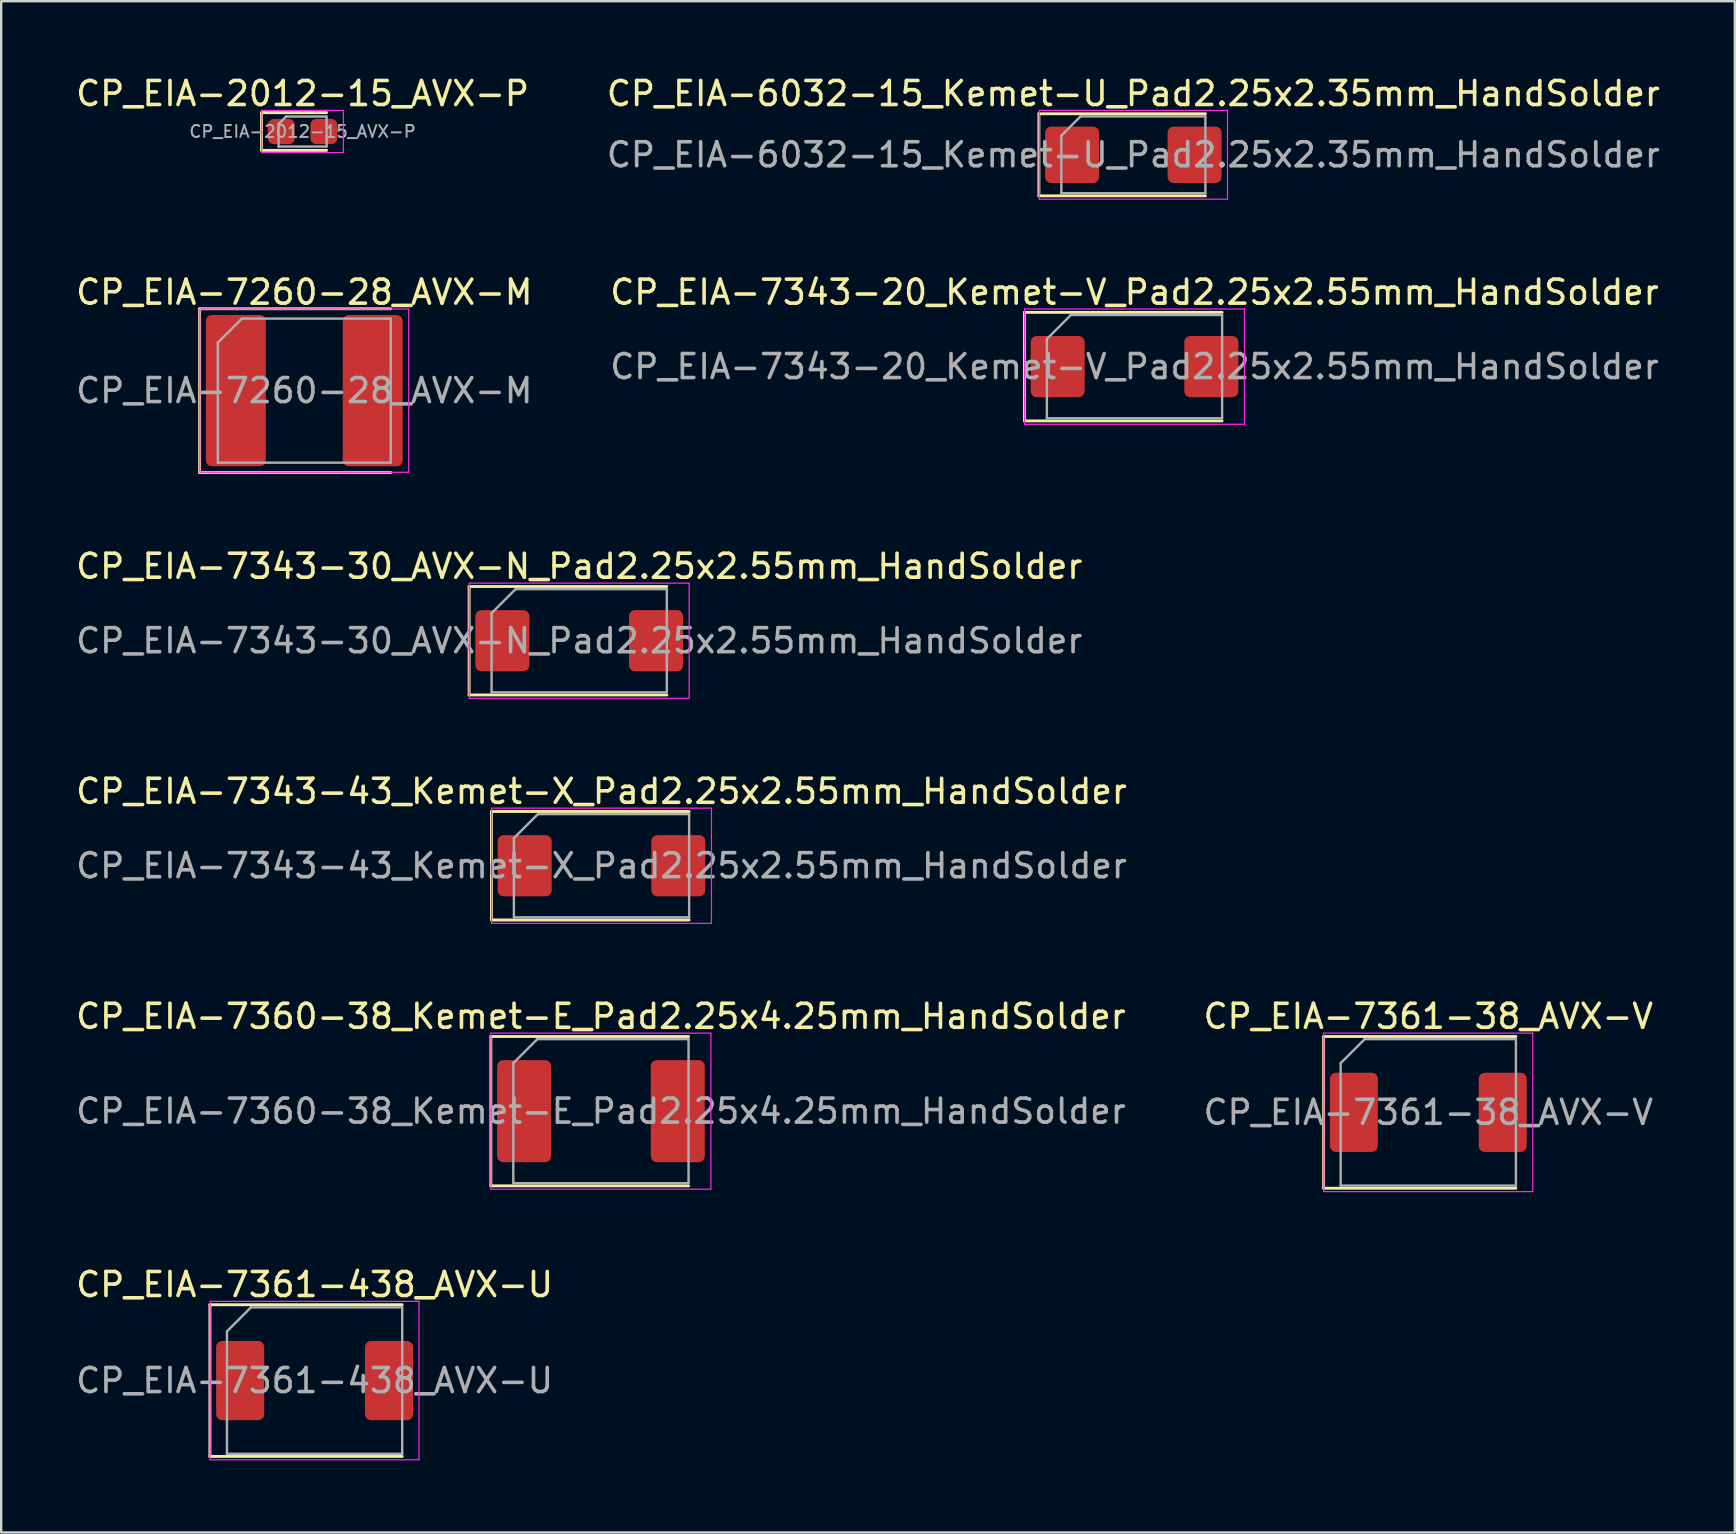
<source format=kicad_pcb>
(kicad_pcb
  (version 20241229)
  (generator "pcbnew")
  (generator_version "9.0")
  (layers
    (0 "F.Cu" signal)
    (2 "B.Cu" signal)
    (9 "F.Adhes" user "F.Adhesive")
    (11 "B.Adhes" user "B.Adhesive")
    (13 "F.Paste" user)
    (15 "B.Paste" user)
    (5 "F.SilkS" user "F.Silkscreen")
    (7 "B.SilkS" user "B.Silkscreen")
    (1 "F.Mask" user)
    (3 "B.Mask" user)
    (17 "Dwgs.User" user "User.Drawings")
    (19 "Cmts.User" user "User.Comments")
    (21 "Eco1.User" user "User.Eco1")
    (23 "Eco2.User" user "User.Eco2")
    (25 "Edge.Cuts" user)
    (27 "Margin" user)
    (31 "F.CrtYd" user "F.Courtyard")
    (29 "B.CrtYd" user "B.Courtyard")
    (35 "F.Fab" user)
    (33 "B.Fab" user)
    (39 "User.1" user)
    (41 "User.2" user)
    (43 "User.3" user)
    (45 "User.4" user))
  (footprint "CP_EIA-7343-43_Kemet-X_Pad2.25x2.55mm_HandSolder"
    (layer "F.Cu")
    (at 22.006 33.013)
    (property "Reference" "CP_EIA-7343-43_Kemet-X_Pad2.25x2.55mm_HandSolder" (at 0 -3.1 0) (layer "F.SilkS") (effects (font (size 1 1) (thickness 0.15))))
    (attr smd)
    (fp_line (start -4.585 -2.26) (end -4.585 2.26) (stroke (width 0.12) (type solid)) (layer "F.SilkS"))
    (fp_line (start -4.585 2.26) (end 3.65 2.26) (stroke (width 0.12) (type solid)) (layer "F.SilkS"))
    (fp_line (start 3.65 -2.26) (end -4.585 -2.26) (stroke (width 0.12) (type solid)) (layer "F.SilkS"))
    (fp_line (start -4.58 -2.4) (end 4.58 -2.4) (stroke (width 0.05) (type solid)) (layer "F.CrtYd"))
    (fp_line (start -4.58 2.4) (end -4.58 -2.4) (stroke (width 0.05) (type solid)) (layer "F.CrtYd"))
    (fp_line (start 4.58 -2.4) (end 4.58 2.4) (stroke (width 0.05) (type solid)) (layer "F.CrtYd"))
    (fp_line (start 4.58 2.4) (end -4.58 2.4) (stroke (width 0.05) (type solid)) (layer "F.CrtYd"))
    (fp_line (start -3.65 -1.15) (end -3.65 2.15) (stroke (width 0.1) (type solid)) (layer "F.Fab"))
    (fp_line (start -3.65 2.15) (end 3.65 2.15) (stroke (width 0.1) (type solid)) (layer "F.Fab"))
    (fp_line (start -2.65 -2.15) (end -3.65 -1.15) (stroke (width 0.1) (type solid)) (layer "F.Fab"))
    (fp_line (start 3.65 -2.15) (end -2.65 -2.15) (stroke (width 0.1) (type solid)) (layer "F.Fab"))
    (fp_line (start 3.65 2.15) (end 3.65 -2.15) (stroke (width 0.1) (type solid)) (layer "F.Fab"))
    (fp_text user "${REFERENCE}" (at 0 0 0) (layer "F.Fab") (effects (font (size 1 1) (thickness 0.15))))
    (pad "1" smd roundrect (at -3.2 0) (size 2.25 2.55) (layers "F.Cu" "F.Mask" "F.Paste") (roundrect_rratio 0.111))
    (pad "2" smd roundrect (at 3.2 0) (size 2.25 2.55) (layers "F.Cu" "F.Mask" "F.Paste") (roundrect_rratio 0.111)))
  (footprint "CP_EIA-7343-20_Kemet-V_Pad2.25x2.55mm_HandSolder"
    (layer "F.Cu")
    (at 44.208 12.222)
    (property "Reference" "CP_EIA-7343-20_Kemet-V_Pad2.25x2.55mm_HandSolder" (at 0 -3.1 0) (layer "F.SilkS") (effects (font (size 1 1) (thickness 0.15))))
    (attr smd)
    (fp_line (start -4.585 -2.26) (end -4.585 2.26) (stroke (width 0.12) (type solid)) (layer "F.SilkS"))
    (fp_line (start -4.585 2.26) (end 3.65 2.26) (stroke (width 0.12) (type solid)) (layer "F.SilkS"))
    (fp_line (start 3.65 -2.26) (end -4.585 -2.26) (stroke (width 0.12) (type solid)) (layer "F.SilkS"))
    (fp_line (start -4.58 -2.4) (end 4.58 -2.4) (stroke (width 0.05) (type solid)) (layer "F.CrtYd"))
    (fp_line (start -4.58 2.4) (end -4.58 -2.4) (stroke (width 0.05) (type solid)) (layer "F.CrtYd"))
    (fp_line (start 4.58 -2.4) (end 4.58 2.4) (stroke (width 0.05) (type solid)) (layer "F.CrtYd"))
    (fp_line (start 4.58 2.4) (end -4.58 2.4) (stroke (width 0.05) (type solid)) (layer "F.CrtYd"))
    (fp_line (start -3.65 -1.15) (end -3.65 2.15) (stroke (width 0.1) (type solid)) (layer "F.Fab"))
    (fp_line (start -3.65 2.15) (end 3.65 2.15) (stroke (width 0.1) (type solid)) (layer "F.Fab"))
    (fp_line (start -2.65 -2.15) (end -3.65 -1.15) (stroke (width 0.1) (type solid)) (layer "F.Fab"))
    (fp_line (start 3.65 -2.15) (end -2.65 -2.15) (stroke (width 0.1) (type solid)) (layer "F.Fab"))
    (fp_line (start 3.65 2.15) (end 3.65 -2.15) (stroke (width 0.1) (type solid)) (layer "F.Fab"))
    (fp_text user "${REFERENCE}" (at 0 0 0) (layer "F.Fab") (effects (font (size 1 1) (thickness 0.15))))
    (pad "1" smd roundrect (at -3.2 0) (size 2.25 2.55) (layers "F.Cu" "F.Mask" "F.Paste") (roundrect_rratio 0.111))
    (pad "2" smd roundrect (at 3.2 0) (size 2.25 2.55) (layers "F.Cu" "F.Mask" "F.Paste") (roundrect_rratio 0.111)))
  (footprint "CP_EIA-7343-30_AVX-N_Pad2.25x2.55mm_HandSolder"
    (layer "F.Cu")
    (at 21.077 23.64)
    (property "Reference" "CP_EIA-7343-30_AVX-N_Pad2.25x2.55mm_HandSolder" (at 0 -3.1 0) (layer "F.SilkS") (effects (font (size 1 1) (thickness 0.15))))
    (attr smd)
    (fp_line (start -4.585 -2.26) (end -4.585 2.26) (stroke (width 0.12) (type solid)) (layer "F.SilkS"))
    (fp_line (start -4.585 2.26) (end 3.65 2.26) (stroke (width 0.12) (type solid)) (layer "F.SilkS"))
    (fp_line (start 3.65 -2.26) (end -4.585 -2.26) (stroke (width 0.12) (type solid)) (layer "F.SilkS"))
    (fp_line (start -4.58 -2.4) (end 4.58 -2.4) (stroke (width 0.05) (type solid)) (layer "F.CrtYd"))
    (fp_line (start -4.58 2.4) (end -4.58 -2.4) (stroke (width 0.05) (type solid)) (layer "F.CrtYd"))
    (fp_line (start 4.58 -2.4) (end 4.58 2.4) (stroke (width 0.05) (type solid)) (layer "F.CrtYd"))
    (fp_line (start 4.58 2.4) (end -4.58 2.4) (stroke (width 0.05) (type solid)) (layer "F.CrtYd"))
    (fp_line (start -3.65 -1.15) (end -3.65 2.15) (stroke (width 0.1) (type solid)) (layer "F.Fab"))
    (fp_line (start -3.65 2.15) (end 3.65 2.15) (stroke (width 0.1) (type solid)) (layer "F.Fab"))
    (fp_line (start -2.65 -2.15) (end -3.65 -1.15) (stroke (width 0.1) (type solid)) (layer "F.Fab"))
    (fp_line (start 3.65 -2.15) (end -2.65 -2.15) (stroke (width 0.1) (type solid)) (layer "F.Fab"))
    (fp_line (start 3.65 2.15) (end 3.65 -2.15) (stroke (width 0.1) (type solid)) (layer "F.Fab"))
    (fp_text user "${REFERENCE}" (at 0 0 0) (layer "F.Fab") (effects (font (size 1 1) (thickness 0.15))))
    (pad "1" smd roundrect (at -3.2 0) (size 2.25 2.55) (layers "F.Cu" "F.Mask" "F.Paste") (roundrect_rratio 0.111))
    (pad "2" smd roundrect (at 3.2 0) (size 2.25 2.55) (layers "F.Cu" "F.Mask" "F.Paste") (roundrect_rratio 0.111)))
  (footprint "CP_EIA-7361-438_AVX-U"
    (layer "F.Cu")
    (at 10.054 54.459)
    (property "Reference" "CP_EIA-7361-438_AVX-U" (at 0 -4 0) (layer "F.SilkS") (effects (font (size 1 1) (thickness 0.15))))
    (attr smd)
    (fp_line (start -4.36 -3.16) (end -4.36 3.16) (stroke (width 0.12) (type solid)) (layer "F.SilkS"))
    (fp_line (start -4.36 3.16) (end 3.65 3.16) (stroke (width 0.12) (type solid)) (layer "F.SilkS"))
    (fp_line (start 3.65 -3.16) (end -4.36 -3.16) (stroke (width 0.12) (type solid)) (layer "F.SilkS"))
    (fp_line (start -4.35 -3.3) (end 4.35 -3.3) (stroke (width 0.05) (type solid)) (layer "F.CrtYd"))
    (fp_line (start -4.35 3.3) (end -4.35 -3.3) (stroke (width 0.05) (type solid)) (layer "F.CrtYd"))
    (fp_line (start 4.35 -3.3) (end 4.35 3.3) (stroke (width 0.05) (type solid)) (layer "F.CrtYd"))
    (fp_line (start 4.35 3.3) (end -4.35 3.3) (stroke (width 0.05) (type solid)) (layer "F.CrtYd"))
    (fp_line (start -3.65 -2.05) (end -3.65 3.05) (stroke (width 0.1) (type solid)) (layer "F.Fab"))
    (fp_line (start -3.65 3.05) (end 3.65 3.05) (stroke (width 0.1) (type solid)) (layer "F.Fab"))
    (fp_line (start -2.65 -3.05) (end -3.65 -2.05) (stroke (width 0.1) (type solid)) (layer "F.Fab"))
    (fp_line (start 3.65 -3.05) (end -2.65 -3.05) (stroke (width 0.1) (type solid)) (layer "F.Fab"))
    (fp_line (start 3.65 3.05) (end 3.65 -3.05) (stroke (width 0.1) (type solid)) (layer "F.Fab"))
    (fp_text user "${REFERENCE}" (at 0 0 0) (layer "F.Fab") (effects (font (size 1 1) (thickness 0.15))))
    (pad "1" smd roundrect (at -3.1 0) (size 2 3.3) (layers "F.Cu" "F.Mask" "F.Paste") (roundrect_rratio 0.125))
    (pad "2" smd roundrect (at 3.1 0) (size 2 3.3) (layers "F.Cu" "F.Mask" "F.Paste") (roundrect_rratio 0.125)))
  (footprint "CP_EIA-2012-15_AVX-P"
    (layer "F.Cu")
    (at 9.554 2.428)
    (property "Reference" "CP_EIA-2012-15_AVX-P" (at 0 -1.58 0) (layer "F.SilkS") (effects (font (size 1 1) (thickness 0.15))))
    (attr smd)
    (fp_line (start -1.71 -0.785) (end -1.71 0.785) (stroke (width 0.12) (type solid)) (layer "F.SilkS"))
    (fp_line (start -1.71 0.785) (end 1 0.785) (stroke (width 0.12) (type solid)) (layer "F.SilkS"))
    (fp_line (start 1 -0.785) (end -1.71 -0.785) (stroke (width 0.12) (type solid)) (layer "F.SilkS"))
    (fp_line (start -1.7 -0.88) (end 1.7 -0.88) (stroke (width 0.05) (type solid)) (layer "F.CrtYd"))
    (fp_line (start -1.7 0.88) (end -1.7 -0.88) (stroke (width 0.05) (type solid)) (layer "F.CrtYd"))
    (fp_line (start 1.7 -0.88) (end 1.7 0.88) (stroke (width 0.05) (type solid)) (layer "F.CrtYd"))
    (fp_line (start 1.7 0.88) (end -1.7 0.88) (stroke (width 0.05) (type solid)) (layer "F.CrtYd"))
    (fp_line (start -1 -0.312) (end -1 0.625) (stroke (width 0.1) (type solid)) (layer "F.Fab"))
    (fp_line (start -1 0.625) (end 1 0.625) (stroke (width 0.1) (type solid)) (layer "F.Fab"))
    (fp_line (start -0.688 -0.625) (end -1 -0.312) (stroke (width 0.1) (type solid)) (layer "F.Fab"))
    (fp_line (start 1 -0.625) (end -0.688 -0.625) (stroke (width 0.1) (type solid)) (layer "F.Fab"))
    (fp_line (start 1 0.625) (end 1 -0.625) (stroke (width 0.1) (type solid)) (layer "F.Fab"))
    (fp_text user "${REFERENCE}" (at 0 0 0) (layer "F.Fab") (effects (font (size 0.5 0.5) (thickness 0.08))))
    (pad "1" smd roundrect (at -0.887 0) (size 1.125 1.05) (layers "F.Cu" "F.Mask" "F.Paste") (roundrect_rratio 0.238))
    (pad "2" smd roundrect (at 0.887 0) (size 1.125 1.05) (layers "F.Cu" "F.Mask" "F.Paste") (roundrect_rratio 0.238)))
  (footprint "CP_EIA-7361-38_AVX-V"
    (layer "F.Cu")
    (at 56.446 43.286)
    (property "Reference" "CP_EIA-7361-38_AVX-V" (at 0 -4 0) (layer "F.SilkS") (effects (font (size 1 1) (thickness 0.15))))
    (attr smd)
    (fp_line (start -4.36 -3.16) (end -4.36 3.16) (stroke (width 0.12) (type solid)) (layer "F.SilkS"))
    (fp_line (start -4.36 3.16) (end 3.65 3.16) (stroke (width 0.12) (type solid)) (layer "F.SilkS"))
    (fp_line (start 3.65 -3.16) (end -4.36 -3.16) (stroke (width 0.12) (type solid)) (layer "F.SilkS"))
    (fp_line (start -4.35 -3.3) (end 4.35 -3.3) (stroke (width 0.05) (type solid)) (layer "F.CrtYd"))
    (fp_line (start -4.35 3.3) (end -4.35 -3.3) (stroke (width 0.05) (type solid)) (layer "F.CrtYd"))
    (fp_line (start 4.35 -3.3) (end 4.35 3.3) (stroke (width 0.05) (type solid)) (layer "F.CrtYd"))
    (fp_line (start 4.35 3.3) (end -4.35 3.3) (stroke (width 0.05) (type solid)) (layer "F.CrtYd"))
    (fp_line (start -3.65 -2.05) (end -3.65 3.05) (stroke (width 0.1) (type solid)) (layer "F.Fab"))
    (fp_line (start -3.65 3.05) (end 3.65 3.05) (stroke (width 0.1) (type solid)) (layer "F.Fab"))
    (fp_line (start -2.65 -3.05) (end -3.65 -2.05) (stroke (width 0.1) (type solid)) (layer "F.Fab"))
    (fp_line (start 3.65 -3.05) (end -2.65 -3.05) (stroke (width 0.1) (type solid)) (layer "F.Fab"))
    (fp_line (start 3.65 3.05) (end 3.65 -3.05) (stroke (width 0.1) (type solid)) (layer "F.Fab"))
    (fp_text user "${REFERENCE}" (at 0 0 0) (layer "F.Fab") (effects (font (size 1 1) (thickness 0.15))))
    (pad "1" smd roundrect (at -3.1 0) (size 2 3.3) (layers "F.Cu" "F.Mask" "F.Paste") (roundrect_rratio 0.125))
    (pad "2" smd roundrect (at 3.1 0) (size 2 3.3) (layers "F.Cu" "F.Mask" "F.Paste") (roundrect_rratio 0.125)))
  (footprint "CP_EIA-7260-28_AVX-M"
    (layer "F.Cu")
    (at 9.625 13.222)
    (property "Reference" "CP_EIA-7260-28_AVX-M" (at 0 -4.1 0) (layer "F.SilkS") (effects (font (size 1 1) (thickness 0.15))))
    (attr smd)
    (fp_line (start -4.36 -3.41) (end -4.36 3.41) (stroke (width 0.12) (type solid)) (layer "F.SilkS"))
    (fp_line (start -4.36 3.41) (end 3.6 3.41) (stroke (width 0.12) (type solid)) (layer "F.SilkS"))
    (fp_line (start 3.6 -3.41) (end -4.36 -3.41) (stroke (width 0.12) (type solid)) (layer "F.SilkS"))
    (fp_line (start -4.35 -3.4) (end 4.35 -3.4) (stroke (width 0.05) (type solid)) (layer "F.CrtYd"))
    (fp_line (start -4.35 3.4) (end -4.35 -3.4) (stroke (width 0.05) (type solid)) (layer "F.CrtYd"))
    (fp_line (start 4.35 -3.4) (end 4.35 3.4) (stroke (width 0.05) (type solid)) (layer "F.CrtYd"))
    (fp_line (start 4.35 3.4) (end -4.35 3.4) (stroke (width 0.05) (type solid)) (layer "F.CrtYd"))
    (fp_line (start -3.6 -2) (end -3.6 3) (stroke (width 0.1) (type solid)) (layer "F.Fab"))
    (fp_line (start -3.6 3) (end 3.6 3) (stroke (width 0.1) (type solid)) (layer "F.Fab"))
    (fp_line (start -2.6 -3) (end -3.6 -2) (stroke (width 0.1) (type solid)) (layer "F.Fab"))
    (fp_line (start 3.6 -3) (end -2.6 -3) (stroke (width 0.1) (type solid)) (layer "F.Fab"))
    (fp_line (start 3.6 3) (end 3.6 -3) (stroke (width 0.1) (type solid)) (layer "F.Fab"))
    (fp_text user "${REFERENCE}" (at 0 0 0) (layer "F.Fab") (effects (font (size 1 1) (thickness 0.15))))
    (pad "1" smd roundrect (at -2.85 0) (size 2.5 6.3) (layers "F.Cu" "F.Mask" "F.Paste") (roundrect_rratio 0.1))
    (pad "2" smd roundrect (at 2.85 0) (size 2.5 6.3) (layers "F.Cu" "F.Mask" "F.Paste") (roundrect_rratio 0.1)))
  (footprint "CP_EIA-6032-15_Kemet-U_Pad2.25x2.35mm_HandSolder"
    (layer "F.Cu")
    (at 44.161 3.398)
    (property "Reference" "CP_EIA-6032-15_Kemet-U_Pad2.25x2.35mm_HandSolder" (at 0 -2.55 0) (layer "F.SilkS") (effects (font (size 1 1) (thickness 0.15))))
    (attr smd)
    (fp_line (start -3.935 -1.71) (end -3.935 1.71) (stroke (width 0.12) (type solid)) (layer "F.SilkS"))
    (fp_line (start -3.935 1.71) (end 3 1.71) (stroke (width 0.12) (type solid)) (layer "F.SilkS"))
    (fp_line (start 3 -1.71) (end -3.935 -1.71) (stroke (width 0.12) (type solid)) (layer "F.SilkS"))
    (fp_line (start -3.92 -1.85) (end 3.92 -1.85) (stroke (width 0.05) (type solid)) (layer "F.CrtYd"))
    (fp_line (start -3.92 1.85) (end -3.92 -1.85) (stroke (width 0.05) (type solid)) (layer "F.CrtYd"))
    (fp_line (start 3.92 -1.85) (end 3.92 1.85) (stroke (width 0.05) (type solid)) (layer "F.CrtYd"))
    (fp_line (start 3.92 1.85) (end -3.92 1.85) (stroke (width 0.05) (type solid)) (layer "F.CrtYd"))
    (fp_line (start -3 -0.8) (end -3 1.6) (stroke (width 0.1) (type solid)) (layer "F.Fab"))
    (fp_line (start -3 1.6) (end 3 1.6) (stroke (width 0.1) (type solid)) (layer "F.Fab"))
    (fp_line (start -2.2 -1.6) (end -3 -0.8) (stroke (width 0.1) (type solid)) (layer "F.Fab"))
    (fp_line (start 3 -1.6) (end -2.2 -1.6) (stroke (width 0.1) (type solid)) (layer "F.Fab"))
    (fp_line (start 3 1.6) (end 3 -1.6) (stroke (width 0.1) (type solid)) (layer "F.Fab"))
    (fp_text user "${REFERENCE}" (at 0 0 0) (layer "F.Fab") (effects (font (size 1 1) (thickness 0.15))))
    (pad "1" smd roundrect (at -2.55 0) (size 2.25 2.35) (layers "F.Cu" "F.Mask" "F.Paste") (roundrect_rratio 0.111))
    (pad "2" smd roundrect (at 2.55 0) (size 2.25 2.35) (layers "F.Cu" "F.Mask" "F.Paste") (roundrect_rratio 0.111)))
  (footprint "CP_EIA-7360-38_Kemet-E_Pad2.25x4.25mm_HandSolder"
    (layer "F.Cu")
    (at 21.982 43.236)
    (property "Reference" "CP_EIA-7360-38_Kemet-E_Pad2.25x4.25mm_HandSolder" (at 0 -3.95 0) (layer "F.SilkS") (effects (font (size 1 1) (thickness 0.15))))
    (attr smd)
    (fp_line (start -4.585 -3.11) (end -4.585 3.11) (stroke (width 0.12) (type solid)) (layer "F.SilkS"))
    (fp_line (start -4.585 3.11) (end 3.65 3.11) (stroke (width 0.12) (type solid)) (layer "F.SilkS"))
    (fp_line (start 3.65 -3.11) (end -4.585 -3.11) (stroke (width 0.12) (type solid)) (layer "F.SilkS"))
    (fp_line (start -4.58 -3.25) (end 4.58 -3.25) (stroke (width 0.05) (type solid)) (layer "F.CrtYd"))
    (fp_line (start -4.58 3.25) (end -4.58 -3.25) (stroke (width 0.05) (type solid)) (layer "F.CrtYd"))
    (fp_line (start 4.58 -3.25) (end 4.58 3.25) (stroke (width 0.05) (type solid)) (layer "F.CrtYd"))
    (fp_line (start 4.58 3.25) (end -4.58 3.25) (stroke (width 0.05) (type solid)) (layer "F.CrtYd"))
    (fp_line (start -3.65 -2) (end -3.65 3) (stroke (width 0.1) (type solid)) (layer "F.Fab"))
    (fp_line (start -3.65 3) (end 3.65 3) (stroke (width 0.1) (type solid)) (layer "F.Fab"))
    (fp_line (start -2.65 -3) (end -3.65 -2) (stroke (width 0.1) (type solid)) (layer "F.Fab"))
    (fp_line (start 3.65 -3) (end -2.65 -3) (stroke (width 0.1) (type solid)) (layer "F.Fab"))
    (fp_line (start 3.65 3) (end 3.65 -3) (stroke (width 0.1) (type solid)) (layer "F.Fab"))
    (fp_text user "${REFERENCE}" (at 0 0 0) (layer "F.Fab") (effects (font (size 1 1) (thickness 0.15))))
    (pad "1" smd roundrect (at -3.2 0) (size 2.25 4.25) (layers "F.Cu" "F.Mask" "F.Paste") (roundrect_rratio 0.111))
    (pad "2" smd roundrect (at 3.2 0) (size 2.25 4.25) (layers "F.Cu" "F.Mask" "F.Paste") (roundrect_rratio 0.111)))
  (gr_rect
    (start -3 -3)
    (end 69.214 60.785)
    (stroke (width 0.1) (type default))
    (fill no)
    (layer "Edge.Cuts")))
</source>
